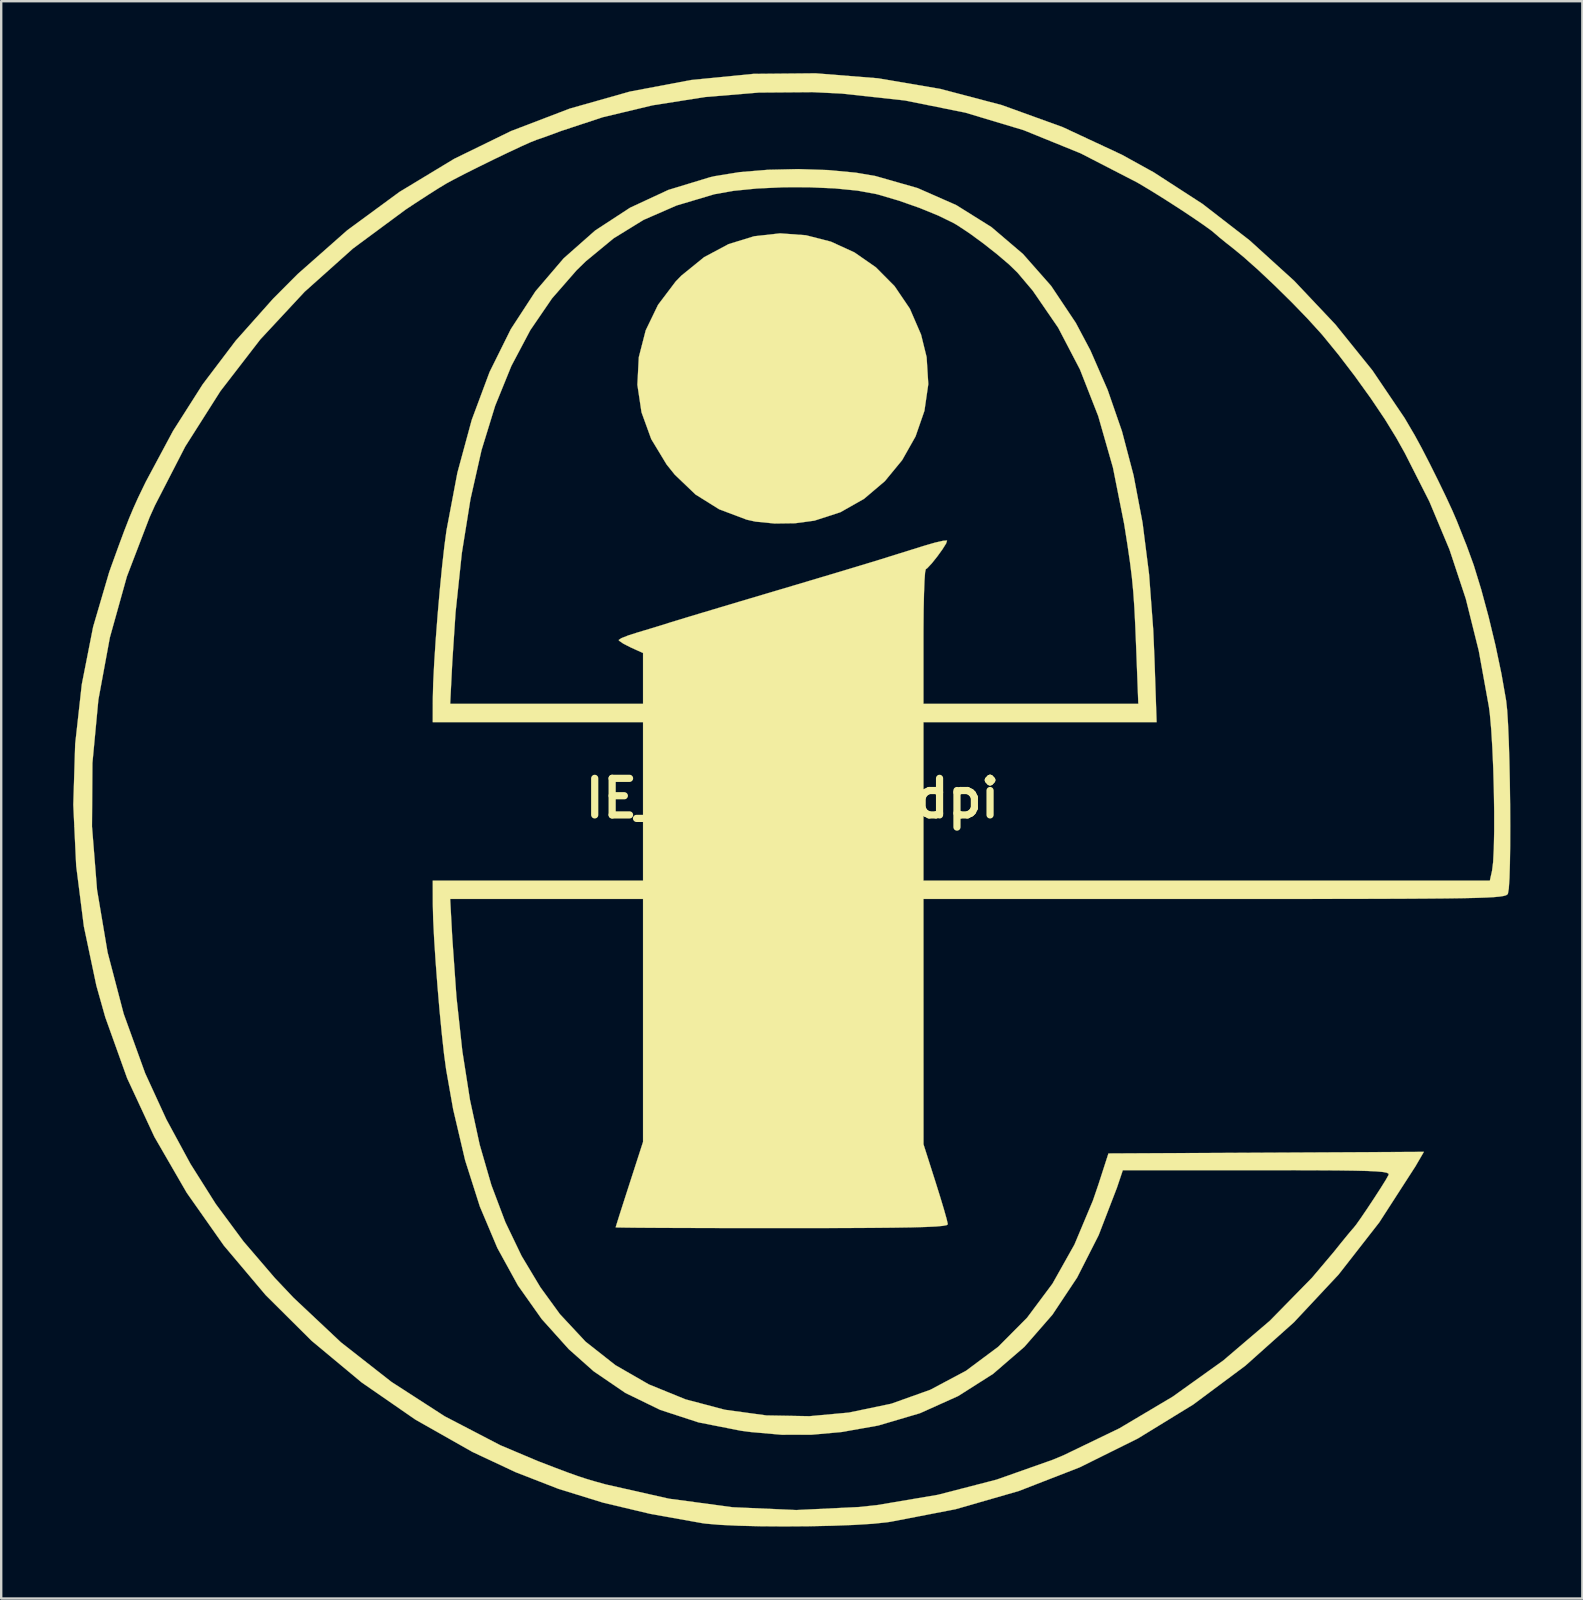
<source format=kicad_pcb>
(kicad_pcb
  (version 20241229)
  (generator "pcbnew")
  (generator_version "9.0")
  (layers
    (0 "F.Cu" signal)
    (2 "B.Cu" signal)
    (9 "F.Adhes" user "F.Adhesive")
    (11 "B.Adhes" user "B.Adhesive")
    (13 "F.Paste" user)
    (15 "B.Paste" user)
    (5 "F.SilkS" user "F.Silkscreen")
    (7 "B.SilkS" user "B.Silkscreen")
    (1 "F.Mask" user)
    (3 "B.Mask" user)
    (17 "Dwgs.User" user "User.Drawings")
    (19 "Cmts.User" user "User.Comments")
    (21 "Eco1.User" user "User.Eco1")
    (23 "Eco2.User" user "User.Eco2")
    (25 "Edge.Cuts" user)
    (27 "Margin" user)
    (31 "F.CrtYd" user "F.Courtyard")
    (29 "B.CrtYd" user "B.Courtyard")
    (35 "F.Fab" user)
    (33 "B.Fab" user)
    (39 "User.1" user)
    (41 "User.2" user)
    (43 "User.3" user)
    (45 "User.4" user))
  (footprint "IE_logo_200dpi"
    (layer "F.Cu")
    (at 29.969 30.218)
    (property "Reference" "IE_logo_200dpi" (at 0 0 0) (layer "F.SilkS") (effects (font (size 1.524 1.524) (thickness 0.3))))
    (attr through_hole)
    (fp_poly (pts (xy 0.565 -23.465) (xy 1.606 -23.198) (xy 2.587 -22.749) (xy 3.479 -22.129) (xy 4.257 -21.345) (xy 4.893 -20.408) (xy 5.362 -19.325) (xy 5.593 -18.388) (xy 5.663 -17.261) (xy 5.502 -16.149) (xy 5.132 -15.082) (xy 4.574 -14.095) (xy 3.852 -13.217) (xy 2.987 -12.483) (xy 2.001 -11.924) (xy 0.916 -11.572) (xy 0.914 -11.572) (xy 0.117 -11.465) (xy -0.738 -11.453) (xy -1.535 -11.532) (xy -1.905 -11.614) (xy -3.051 -12.046) (xy -4.037 -12.662) (xy -4.899 -13.486) (xy -5.242 -13.914) (xy -5.882 -14.971) (xy -6.287 -16.087) (xy -6.459 -17.234) (xy -6.4 -18.383) (xy -6.112 -19.503) (xy -5.598 -20.566) (xy -4.861 -21.541) (xy -4.626 -21.783) (xy -3.679 -22.552) (xy -2.659 -23.096) (xy -1.595 -23.423) (xy -0.511 -23.544) (xy 0.565 -23.465)) (stroke (width 0.01) (type solid)) (fill yes) (layer "F.SilkS"))
    (fp_poly (pts (xy 3.572 -30.005) (xy 6.166 -29.563) (xy 8.734 -28.886) (xy 11.261 -27.972) (xy 13.734 -26.818) (xy 15.064 -26.083) (xy 17.093 -24.769) (xy 19.051 -23.253) (xy 20.907 -21.568) (xy 22.624 -19.75) (xy 24.169 -17.834) (xy 25.508 -15.853) (xy 25.935 -15.126) (xy 26.221 -14.6) (xy 26.554 -13.954) (xy 26.901 -13.257) (xy 27.229 -12.579) (xy 27.503 -11.987) (xy 27.688 -11.557) (xy 27.863 -11.115) (xy 28.019 -10.722) (xy 28.092 -10.541) (xy 28.392 -9.716) (xy 28.703 -8.703) (xy 29.01 -7.568) (xy 29.297 -6.376) (xy 29.546 -5.19) (xy 29.741 -4.078) (xy 29.743 -4.064) (xy 29.785 -3.67) (xy 29.821 -3.093) (xy 29.852 -2.374) (xy 29.877 -1.552) (xy 29.896 -0.666) (xy 29.908 0.243) (xy 29.913 1.136) (xy 29.91 1.973) (xy 29.899 2.715) (xy 29.881 3.321) (xy 29.853 3.753) (xy 29.817 3.969) (xy 29.791 4.006) (xy 29.736 4.039) (xy 29.635 4.067) (xy 29.475 4.092) (xy 29.241 4.114) (xy 28.916 4.132) (xy 28.487 4.147) (xy 27.938 4.159) (xy 27.254 4.169) (xy 26.42 4.176) (xy 25.421 4.182) (xy 24.242 4.186) (xy 22.868 4.189) (xy 21.284 4.19) (xy 19.475 4.191) (xy 17.593 4.191) (xy 5.461 4.191) (xy 5.462 9.303) (xy 5.463 14.415) (xy 5.969 16.002) (xy 6.158 16.607) (xy 6.316 17.132) (xy 6.426 17.524) (xy 6.475 17.735) (xy 6.476 17.748) (xy 6.427 17.784) (xy 6.267 17.814) (xy 5.981 17.84) (xy 5.552 17.86) (xy 4.962 17.877) (xy 4.197 17.889) (xy 3.239 17.898) (xy 2.071 17.904) (xy 0.677 17.906) (xy -0.445 17.907) (xy -1.744 17.906) (xy -2.964 17.905) (xy -4.081 17.902) (xy -5.073 17.899) (xy -5.916 17.895) (xy -6.587 17.89) (xy -7.064 17.884) (xy -7.323 17.879) (xy -7.365 17.875) (xy -7.327 17.75) (xy -7.226 17.426) (xy -7.073 16.948) (xy -6.883 16.357) (xy -6.793 16.079) (xy -6.223 14.314) (xy -6.223 4.191) (xy -14.261 4.191) (xy -14.173 5.81) (xy -13.998 8.284) (xy -13.754 10.531) (xy -13.434 12.572) (xy -13.032 14.427) (xy -12.544 16.114) (xy -11.963 17.655) (xy -11.285 19.067) (xy -10.502 20.372) (xy -9.688 21.492) (xy -8.62 22.638) (xy -7.377 23.617) (xy -5.98 24.421) (xy -4.451 25.044) (xy -2.812 25.477) (xy -1.085 25.713) (xy 0.709 25.745) (xy 2.349 25.595) (xy 4.118 25.226) (xy 5.746 24.645) (xy 7.233 23.854) (xy 8.577 22.853) (xy 9.779 21.643) (xy 10.838 20.223) (xy 11.753 18.594) (xy 12.524 16.757) (xy 12.754 16.084) (xy 13.17 14.796) (xy 26.314 14.73) (xy 25.962 15.334) (xy 24.454 17.671) (xy 22.762 19.84) (xy 20.898 21.833) (xy 18.875 23.641) (xy 16.705 25.257) (xy 14.4 26.671) (xy 11.974 27.875) (xy 9.437 28.861) (xy 6.803 29.62) (xy 4.084 30.145) (xy 3.947 30.165) (xy 3.356 30.227) (xy 2.579 30.275) (xy 1.668 30.31) (xy 0.677 30.331) (xy -0.34 30.338) (xy -1.332 30.331) (xy -2.244 30.309) (xy -3.025 30.272) (xy -3.619 30.221) (xy -3.747 30.203) (xy -5.911 29.817) (xy -7.89 29.347) (xy -9.743 28.774) (xy -11.53 28.079) (xy -13.311 27.244) (xy -13.335 27.232) (xy -15.714 25.884) (xy -17.95 24.337) (xy -20.033 22.603) (xy -21.949 20.698) (xy -23.688 18.637) (xy -25.238 16.434) (xy -26.586 14.103) (xy -27.722 11.659) (xy -28.633 9.116) (xy -29.003 7.803) (xy -29.524 5.337) (xy -29.844 2.812) (xy -29.922 1.173) (xy -29.186 1.173) (xy -28.975 3.812) (xy -28.535 6.42) (xy -27.866 8.976) (xy -26.97 11.456) (xy -26.087 13.378) (xy -25.084 15.229) (xy -24.031 16.898) (xy -22.877 18.458) (xy -21.57 19.982) (xy -20.783 20.814) (xy -18.809 22.67) (xy -16.705 24.318) (xy -14.487 25.75) (xy -12.169 26.956) (xy -10.604 27.617) (xy -9.898 27.889) (xy -9.367 28.089) (xy -8.953 28.237) (xy -8.594 28.355) (xy -8.23 28.463) (xy -7.801 28.582) (xy -7.776 28.589) (xy -5.142 29.183) (xy -2.487 29.539) (xy 0.162 29.656) (xy 2.777 29.53) (xy 3.556 29.445) (xy 6.057 29.022) (xy 8.507 28.389) (xy 10.845 27.563) (xy 11.303 27.372) (xy 13.624 26.252) (xy 15.85 24.93) (xy 17.951 23.427) (xy 19.896 21.768) (xy 21.654 19.974) (xy 22.553 18.91) (xy 22.886 18.496) (xy 23.16 18.161) (xy 23.337 17.951) (xy 23.378 17.907) (xy 23.493 17.763) (xy 23.704 17.464) (xy 23.973 17.067) (xy 24.26 16.633) (xy 24.527 16.22) (xy 24.734 15.887) (xy 24.842 15.693) (xy 24.846 15.684) (xy 24.84 15.638) (xy 24.769 15.6) (xy 24.612 15.569) (xy 24.347 15.545) (xy 23.955 15.526) (xy 23.414 15.513) (xy 22.703 15.503) (xy 21.801 15.498) (xy 20.686 15.495) (xy 19.344 15.494) (xy 13.769 15.494) (xy 13.524 16.224) (xy 12.761 18.204) (xy 11.865 19.967) (xy 10.835 21.516) (xy 9.668 22.854) (xy 8.361 23.982) (xy 6.912 24.903) (xy 5.318 25.62) (xy 3.576 26.134) (xy 2.044 26.405) (xy 0.786 26.518) (xy -0.438 26.519) (xy -1.743 26.404) (xy -2.142 26.351) (xy -3.912 26.003) (xy -5.51 25.481) (xy -6.96 24.775) (xy -8.283 23.872) (xy -9.315 22.955) (xy -10.446 21.696) (xy -11.436 20.296) (xy -12.293 18.737) (xy -13.024 17.005) (xy -13.636 15.083) (xy -14.136 12.955) (xy -14.428 11.303) (xy -14.516 10.65) (xy -14.608 9.812) (xy -14.701 8.853) (xy -14.788 7.833) (xy -14.865 6.817) (xy -14.927 5.866) (xy -14.968 5.043) (xy -14.983 4.413) (xy -14.986 3.429) (xy -6.223 3.429) (xy -6.223 -3.175) (xy -14.986 -3.175) (xy -14.984 -3.937) (xy -14.261 -3.937) (xy -6.223 -3.937) (xy -6.223 -6.057) (xy -6.731 -6.287) (xy -7.039 -6.443) (xy -7.219 -6.567) (xy -7.239 -6.599) (xy -7.127 -6.675) (xy -6.835 -6.791) (xy -6.445 -6.915) (xy -5.931 -7.069) (xy -5.429 -7.222) (xy -5.144 -7.313) (xy -4.894 -7.39) (xy -4.437 -7.529) (xy -3.807 -7.719) (xy -3.039 -7.949) (xy -2.169 -8.209) (xy -1.232 -8.487) (xy -0.953 -8.57) (xy 0.025 -8.861) (xy 0.971 -9.143) (xy 1.845 -9.404) (xy 2.606 -9.633) (xy 3.214 -9.817) (xy 3.627 -9.943) (xy 3.683 -9.961) (xy 4.304 -10.155) (xy 4.98 -10.366) (xy 5.509 -10.531) (xy 5.944 -10.657) (xy 6.277 -10.733) (xy 6.441 -10.745) (xy 6.445 -10.742) (xy 6.406 -10.622) (xy 6.253 -10.378) (xy 6.038 -10.08) (xy 5.811 -9.796) (xy 5.625 -9.596) (xy 5.557 -9.546) (xy 5.529 -9.412) (xy 5.504 -9.062) (xy 5.484 -8.531) (xy 5.469 -7.858) (xy 5.462 -7.079) (xy 5.461 -6.72) (xy 5.461 -3.937) (xy 9.938 -3.937) (xy 14.415 -3.937) (xy 14.329 -6.191) (xy 14.29 -7.158) (xy 14.251 -7.94) (xy 14.205 -8.603) (xy 14.146 -9.218) (xy 14.067 -9.85) (xy 13.962 -10.569) (xy 13.826 -11.43) (xy 13.358 -13.784) (xy 12.744 -15.931) (xy 11.983 -17.873) (xy 11.075 -19.614) (xy 10.018 -21.153) (xy 9.381 -21.907) (xy 9.023 -22.254) (xy 8.522 -22.68) (xy 7.949 -23.131) (xy 7.375 -23.551) (xy 6.871 -23.884) (xy 6.725 -23.97) (xy 6.092 -24.28) (xy 5.3 -24.604) (xy 4.438 -24.907) (xy 3.596 -25.155) (xy 3.493 -25.182) (xy 2.72 -25.324) (xy 1.767 -25.418) (xy 0.705 -25.464) (xy -0.398 -25.463) (xy -1.472 -25.414) (xy -2.447 -25.317) (xy -3.253 -25.174) (xy -3.266 -25.17) (xy -4.825 -24.706) (xy -6.203 -24.105) (xy -7.447 -23.339) (xy -8.605 -22.384) (xy -8.994 -22.005) (xy -10.017 -20.833) (xy -10.922 -19.509) (xy -11.71 -18.021) (xy -12.386 -16.358) (xy -12.954 -14.511) (xy -13.415 -12.467) (xy -13.775 -10.217) (xy -14.036 -7.749) (xy -14.172 -5.683) (xy -14.261 -3.937) (xy -14.984 -3.937) (xy -14.983 -4.159) (xy -14.967 -4.806) (xy -14.925 -5.643) (xy -14.862 -6.609) (xy -14.783 -7.642) (xy -14.693 -8.679) (xy -14.597 -9.66) (xy -14.5 -10.523) (xy -14.414 -11.163) (xy -13.959 -13.57) (xy -13.361 -15.772) (xy -12.618 -17.766) (xy -11.732 -19.553) (xy -10.703 -21.132) (xy -9.532 -22.502) (xy -8.218 -23.663) (xy -6.763 -24.613) (xy -5.168 -25.354) (xy -3.431 -25.883) (xy -3.219 -25.931) (xy -2.196 -26.096) (xy -1.014 -26.193) (xy 0.243 -26.222) (xy 1.492 -26.181) (xy 2.648 -26.072) (xy 3.46 -25.933) (xy 5.219 -25.43) (xy 6.829 -24.721) (xy 8.293 -23.806) (xy 9.61 -22.683) (xy 10.783 -21.352) (xy 11.811 -19.812) (xy 12.417 -18.669) (xy 13.136 -17.022) (xy 13.734 -15.295) (xy 14.217 -13.459) (xy 14.591 -11.485) (xy 14.862 -9.345) (xy 15.037 -7.009) (xy 15.088 -5.81) (xy 15.177 -3.175) (xy 5.461 -3.175) (xy 5.461 3.429) (xy 29.063 3.429) (xy 29.155 3.016) (xy 29.2 2.656) (xy 29.229 2.09) (xy 29.244 1.369) (xy 29.244 0.539) (xy 29.23 -0.349) (xy 29.205 -1.248) (xy 29.167 -2.108) (xy 29.12 -2.882) (xy 29.063 -3.52) (xy 29.025 -3.81) (xy 28.602 -6.148) (xy 28.062 -8.314) (xy 27.382 -10.367) (xy 26.543 -12.371) (xy 25.522 -14.386) (xy 25.164 -15.026) (xy 24.694 -15.792) (xy 24.102 -16.672) (xy 23.438 -17.595) (xy 22.754 -18.49) (xy 22.102 -19.288) (xy 22.002 -19.403) (xy 21.456 -20.002) (xy 20.807 -20.673) (xy 20.11 -21.359) (xy 19.424 -22.006) (xy 18.804 -22.558) (xy 18.415 -22.879) (xy 18.058 -23.161) (xy 17.785 -23.383) (xy 17.654 -23.497) (xy 17.653 -23.498) (xy 17.473 -23.65) (xy 17.123 -23.903) (xy 16.649 -24.227) (xy 16.098 -24.592) (xy 15.515 -24.966) (xy 14.949 -25.319) (xy 14.445 -25.62) (xy 14.351 -25.674) (xy 12.014 -26.878) (xy 9.64 -27.843) (xy 7.205 -28.575) (xy 4.685 -29.082) (xy 2.056 -29.369) (xy 0.848 -29.428) (xy -1.397 -29.411) (xy -3.64 -29.225) (xy -5.826 -28.88) (xy -7.902 -28.384) (xy -9.652 -27.806) (xy -10.095 -27.641) (xy -10.487 -27.501) (xy -10.668 -27.44) (xy -10.914 -27.342) (xy -11.332 -27.154) (xy -11.87 -26.901) (xy -12.474 -26.611) (xy -13.09 -26.308) (xy -13.666 -26.019) (xy -14.148 -25.769) (xy -14.415 -25.624) (xy -14.733 -25.432) (xy -15.192 -25.141) (xy -15.723 -24.796) (xy -16.115 -24.536) (xy -18.306 -22.916) (xy -20.328 -21.108) (xy -22.173 -19.124) (xy -23.833 -16.972) (xy -25.3 -14.662) (xy -26.565 -12.204) (xy -26.79 -11.704) (xy -27.732 -9.245) (xy -28.441 -6.705) (xy -28.92 -4.108) (xy -29.168 -1.474) (xy -29.186 1.173) (xy -29.922 1.173) (xy -29.964 0.265) (xy -29.886 -2.269) (xy -29.61 -4.753) (xy -29.138 -7.148) (xy -28.471 -9.42) (xy -28.389 -9.652) (xy -28.087 -10.486) (xy -27.846 -11.136) (xy -27.643 -11.658) (xy -27.454 -12.107) (xy -27.259 -12.539) (xy -27.032 -13.01) (xy -26.942 -13.194) (xy -25.806 -15.315) (xy -24.572 -17.254) (xy -23.198 -19.069) (xy -21.639 -20.82) (xy -20.612 -21.85) (xy -18.553 -23.669) (xy -16.375 -25.269) (xy -14.094 -26.649) (xy -11.723 -27.807) (xy -9.278 -28.742) (xy -6.771 -29.452) (xy -4.219 -29.934) (xy -1.634 -30.189) (xy 0.968 -30.213) (xy 3.572 -30.005)) (stroke (width 0.01) (type solid)) (fill yes) (layer "F.SilkS")))
  (gr_rect
    (start -3 -3)
    (end 62.887 63.561)
    (stroke (width 0.1) (type default))
    (fill no)
    (layer "Edge.Cuts")))
</source>
